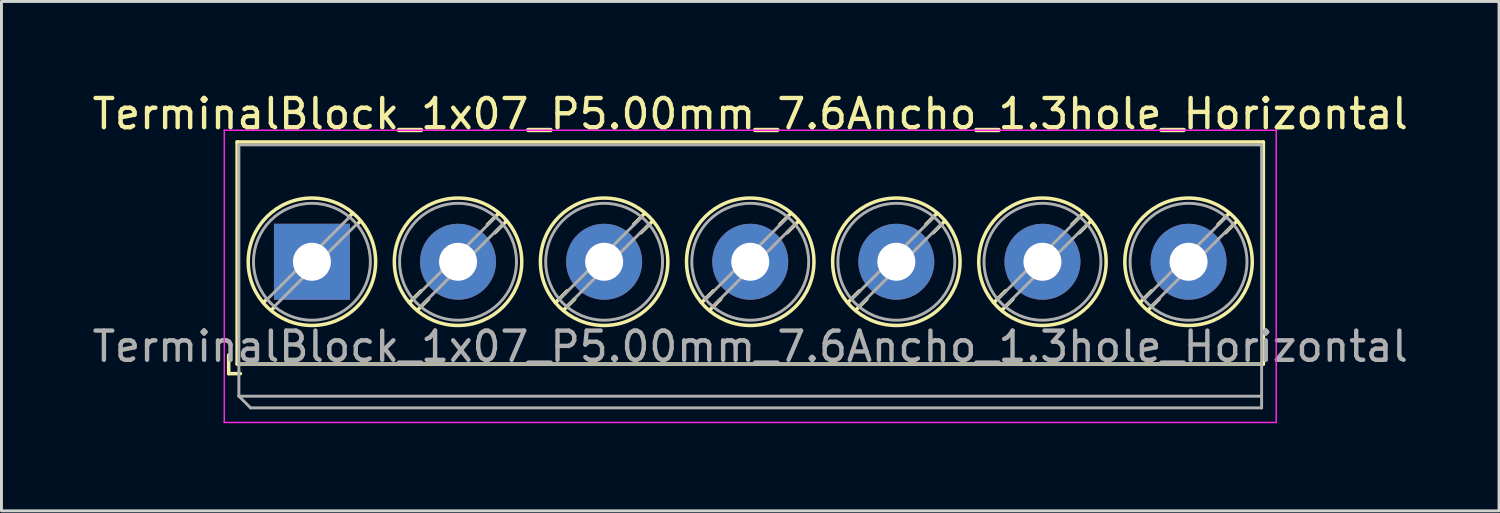
<source format=kicad_pcb>
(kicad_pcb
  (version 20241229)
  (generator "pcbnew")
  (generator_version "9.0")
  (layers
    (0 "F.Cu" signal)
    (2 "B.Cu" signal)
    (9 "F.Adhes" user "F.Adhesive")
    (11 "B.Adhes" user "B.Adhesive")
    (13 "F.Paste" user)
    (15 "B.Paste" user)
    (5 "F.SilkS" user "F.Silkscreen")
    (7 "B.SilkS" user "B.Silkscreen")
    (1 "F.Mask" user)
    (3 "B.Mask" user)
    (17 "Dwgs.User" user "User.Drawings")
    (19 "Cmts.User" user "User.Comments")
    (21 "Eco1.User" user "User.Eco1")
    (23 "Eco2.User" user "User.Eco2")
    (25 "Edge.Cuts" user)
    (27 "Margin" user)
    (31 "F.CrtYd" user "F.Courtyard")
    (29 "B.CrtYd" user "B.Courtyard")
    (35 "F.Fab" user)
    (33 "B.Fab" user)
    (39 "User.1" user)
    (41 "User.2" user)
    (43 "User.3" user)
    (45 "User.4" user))
  (footprint "TerminalBlock_1x07_P5.00mm_7.6Ancho_1.3hole_Horizontal"
    (layer "F.Cu")
    (at 7.625 5.908)
    (property "Reference" "TerminalBlock_1x07_P5.00mm_7.6Ancho_1.3hole_Horizontal" (at 15 -5.06 180) (layer "F.SilkS") (effects (font (size 1 1) (thickness 0.15))))
    (attr through_hole)
    (fp_line (start -2.849 3.189) (end -2.849 3.829) (stroke (width 0.12) (type solid)) (layer "F.SilkS"))
    (fp_line (start -2.849 3.829) (end -2.449 3.829) (stroke (width 0.12) (type solid)) (layer "F.SilkS"))
    (fp_line (start -2.56 -4.1) (end -2.56 3.5) (stroke (width 0.12) (type solid)) (layer "F.SilkS"))
    (fp_line (start -2.56 -4.1) (end 32.56 -4.1) (stroke (width 0.12) (type solid)) (layer "F.SilkS"))
    (fp_line (start -2.56 3.5) (end 32.56 3.5) (stroke (width 0.12) (type solid)) (layer "F.SilkS"))
    (fp_line (start -1.548 1.281) (end -1.654 1.388) (stroke (width 0.12) (type solid)) (layer "F.SilkS"))
    (fp_line (start -1.282 1.547) (end -1.388 1.654) (stroke (width 0.12) (type solid)) (layer "F.SilkS"))
    (fp_line (start 1.388 -1.654) (end 1.281 -1.547) (stroke (width 0.12) (type solid)) (layer "F.SilkS"))
    (fp_line (start 1.654 -1.388) (end 1.547 -1.281) (stroke (width 0.12) (type solid)) (layer "F.SilkS"))
    (fp_line (start 3.742 0.992) (end 3.347 1.388) (stroke (width 0.12) (type solid)) (layer "F.SilkS"))
    (fp_line (start 3.993 1.274) (end 3.613 1.654) (stroke (width 0.12) (type solid)) (layer "F.SilkS"))
    (fp_line (start 6.388 -1.654) (end 6.008 -1.274) (stroke (width 0.12) (type solid)) (layer "F.SilkS"))
    (fp_line (start 6.654 -1.388) (end 6.259 -0.992) (stroke (width 0.12) (type solid)) (layer "F.SilkS"))
    (fp_line (start 8.742 0.992) (end 8.347 1.388) (stroke (width 0.12) (type solid)) (layer "F.SilkS"))
    (fp_line (start 8.993 1.274) (end 8.613 1.654) (stroke (width 0.12) (type solid)) (layer "F.SilkS"))
    (fp_line (start 11.388 -1.654) (end 11.008 -1.274) (stroke (width 0.12) (type solid)) (layer "F.SilkS"))
    (fp_line (start 11.654 -1.388) (end 11.259 -0.992) (stroke (width 0.12) (type solid)) (layer "F.SilkS"))
    (fp_line (start 13.742 0.992) (end 13.347 1.388) (stroke (width 0.12) (type solid)) (layer "F.SilkS"))
    (fp_line (start 13.993 1.274) (end 13.613 1.654) (stroke (width 0.12) (type solid)) (layer "F.SilkS"))
    (fp_line (start 16.388 -1.654) (end 16.008 -1.274) (stroke (width 0.12) (type solid)) (layer "F.SilkS"))
    (fp_line (start 16.654 -1.388) (end 16.259 -0.992) (stroke (width 0.12) (type solid)) (layer "F.SilkS"))
    (fp_line (start 18.742 0.992) (end 18.347 1.388) (stroke (width 0.12) (type solid)) (layer "F.SilkS"))
    (fp_line (start 18.993 1.274) (end 18.613 1.654) (stroke (width 0.12) (type solid)) (layer "F.SilkS"))
    (fp_line (start 21.388 -1.654) (end 21.008 -1.274) (stroke (width 0.12) (type solid)) (layer "F.SilkS"))
    (fp_line (start 21.654 -1.388) (end 21.259 -0.992) (stroke (width 0.12) (type solid)) (layer "F.SilkS"))
    (fp_line (start 23.742 0.992) (end 23.347 1.388) (stroke (width 0.12) (type solid)) (layer "F.SilkS"))
    (fp_line (start 23.993 1.274) (end 23.613 1.654) (stroke (width 0.12) (type solid)) (layer "F.SilkS"))
    (fp_line (start 26.388 -1.654) (end 26.008 -1.274) (stroke (width 0.12) (type solid)) (layer "F.SilkS"))
    (fp_line (start 26.654 -1.388) (end 26.259 -0.992) (stroke (width 0.12) (type solid)) (layer "F.SilkS"))
    (fp_line (start 28.742 0.992) (end 28.347 1.388) (stroke (width 0.12) (type solid)) (layer "F.SilkS"))
    (fp_line (start 28.993 1.274) (end 28.613 1.654) (stroke (width 0.12) (type solid)) (layer "F.SilkS"))
    (fp_line (start 31.388 -1.654) (end 31.008 -1.274) (stroke (width 0.12) (type solid)) (layer "F.SilkS"))
    (fp_line (start 31.654 -1.388) (end 31.259 -0.992) (stroke (width 0.12) (type solid)) (layer "F.SilkS"))
    (fp_line (start 32.56 -4.1) (end 32.56 3.5) (stroke (width 0.12) (type solid)) (layer "F.SilkS"))
    (fp_circle (center 0 0) (end 2.18 0) (stroke (width 0.12) (type solid)) (fill no) (layer "F.SilkS"))
    (fp_circle (center 5 0) (end 7.18 0) (stroke (width 0.12) (type solid)) (fill no) (layer "F.SilkS"))
    (fp_circle (center 10 0) (end 12.18 0) (stroke (width 0.12) (type solid)) (fill no) (layer "F.SilkS"))
    (fp_circle (center 15 0) (end 17.18 0) (stroke (width 0.12) (type solid)) (fill no) (layer "F.SilkS"))
    (fp_circle (center 20 0) (end 22.18 0) (stroke (width 0.12) (type solid)) (fill no) (layer "F.SilkS"))
    (fp_circle (center 25 0) (end 27.18 0) (stroke (width 0.12) (type solid)) (fill no) (layer "F.SilkS"))
    (fp_circle (center 30 0) (end 32.18 0) (stroke (width 0.12) (type solid)) (fill no) (layer "F.SilkS"))
    (fp_line (start -3 -4.5) (end -3 5.5) (stroke (width 0.05) (type solid)) (layer "F.CrtYd"))
    (fp_line (start -3 5.5) (end 33 5.5) (stroke (width 0.05) (type solid)) (layer "F.CrtYd"))
    (fp_line (start 33 -4.5) (end -3 -4.5) (stroke (width 0.05) (type solid)) (layer "F.CrtYd"))
    (fp_line (start 33 5.5) (end 33 -4.5) (stroke (width 0.05) (type solid)) (layer "F.CrtYd"))
    (fp_line (start -2.5 -4) (end 32.5 -4) (stroke (width 0.1) (type solid)) (layer "F.Fab"))
    (fp_line (start -2.5 3.5) (end 32.5 3.5) (stroke (width 0.1) (type solid)) (layer "F.Fab"))
    (fp_line (start -2.5 4.6) (end -2.5 -4) (stroke (width 0.1) (type solid)) (layer "F.Fab"))
    (fp_line (start -2.5 4.6) (end 32.5 4.6) (stroke (width 0.1) (type solid)) (layer "F.Fab"))
    (fp_line (start -2.1 5) (end -2.5 4.6) (stroke (width 0.1) (type solid)) (layer "F.Fab"))
    (fp_line (start 1.273 -1.517) (end -1.517 1.273) (stroke (width 0.1) (type solid)) (layer "F.Fab"))
    (fp_line (start 1.517 -1.273) (end -1.273 1.517) (stroke (width 0.1) (type solid)) (layer "F.Fab"))
    (fp_line (start 6.273 -1.517) (end 3.484 1.273) (stroke (width 0.1) (type solid)) (layer "F.Fab"))
    (fp_line (start 6.517 -1.273) (end 3.728 1.517) (stroke (width 0.1) (type solid)) (layer "F.Fab"))
    (fp_line (start 11.273 -1.517) (end 8.484 1.273) (stroke (width 0.1) (type solid)) (layer "F.Fab"))
    (fp_line (start 11.517 -1.273) (end 8.728 1.517) (stroke (width 0.1) (type solid)) (layer "F.Fab"))
    (fp_line (start 16.273 -1.517) (end 13.484 1.273) (stroke (width 0.1) (type solid)) (layer "F.Fab"))
    (fp_line (start 16.517 -1.273) (end 13.728 1.517) (stroke (width 0.1) (type solid)) (layer "F.Fab"))
    (fp_line (start 21.273 -1.517) (end 18.484 1.273) (stroke (width 0.1) (type solid)) (layer "F.Fab"))
    (fp_line (start 21.517 -1.273) (end 18.728 1.517) (stroke (width 0.1) (type solid)) (layer "F.Fab"))
    (fp_line (start 26.273 -1.517) (end 23.484 1.273) (stroke (width 0.1) (type solid)) (layer "F.Fab"))
    (fp_line (start 26.517 -1.273) (end 23.728 1.517) (stroke (width 0.1) (type solid)) (layer "F.Fab"))
    (fp_line (start 31.273 -1.517) (end 28.484 1.273) (stroke (width 0.1) (type solid)) (layer "F.Fab"))
    (fp_line (start 31.517 -1.273) (end 28.728 1.517) (stroke (width 0.1) (type solid)) (layer "F.Fab"))
    (fp_line (start 32.5 -4) (end 32.5 5) (stroke (width 0.1) (type solid)) (layer "F.Fab"))
    (fp_line (start 32.5 5) (end -2.1 5) (stroke (width 0.1) (type solid)) (layer "F.Fab"))
    (fp_circle (center 0 0) (end 2 0) (stroke (width 0.1) (type solid)) (fill no) (layer "F.Fab"))
    (fp_circle (center 5 0) (end 7 0) (stroke (width 0.1) (type solid)) (fill no) (layer "F.Fab"))
    (fp_circle (center 10 0) (end 12 0) (stroke (width 0.1) (type solid)) (fill no) (layer "F.Fab"))
    (fp_circle (center 15 0) (end 17 0) (stroke (width 0.1) (type solid)) (fill no) (layer "F.Fab"))
    (fp_circle (center 20 0) (end 22 0) (stroke (width 0.1) (type solid)) (fill no) (layer "F.Fab"))
    (fp_circle (center 25 0) (end 27 0) (stroke (width 0.1) (type solid)) (fill no) (layer "F.Fab"))
    (fp_circle (center 30 0) (end 32 0) (stroke (width 0.1) (type solid)) (fill no) (layer "F.Fab"))
    (fp_text user "${REFERENCE}" (at 15 2.9 180) (layer "F.Fab") (effects (font (size 1 1) (thickness 0.15))))
    (pad "1" thru_hole rect (at 0 0) (size 2.6 2.6) (drill 1.3) (layers "*.Cu" "*.Mask"))
    (pad "2" thru_hole circle (at 5 0) (size 2.6 2.6) (drill 1.3) (layers "*.Cu" "*.Mask"))
    (pad "3" thru_hole circle (at 10 0) (size 2.6 2.6) (drill 1.3) (layers "*.Cu" "*.Mask"))
    (pad "4" thru_hole circle (at 15 0) (size 2.6 2.6) (drill 1.3) (layers "*.Cu" "*.Mask"))
    (pad "5" thru_hole circle (at 20 0) (size 2.6 2.6) (drill 1.3) (layers "*.Cu" "*.Mask"))
    (pad "6" thru_hole circle (at 25 0) (size 2.6 2.6) (drill 1.3) (layers "*.Cu" "*.Mask"))
    (pad "7" thru_hole circle (at 30 0) (size 2.6 2.6) (drill 1.3) (layers "*.Cu" "*.Mask")))
  (gr_rect
    (start -3 -3)
    (end 48.25 14.433)
    (stroke (width 0.1) (type default))
    (fill no)
    (layer "Edge.Cuts")))
</source>
